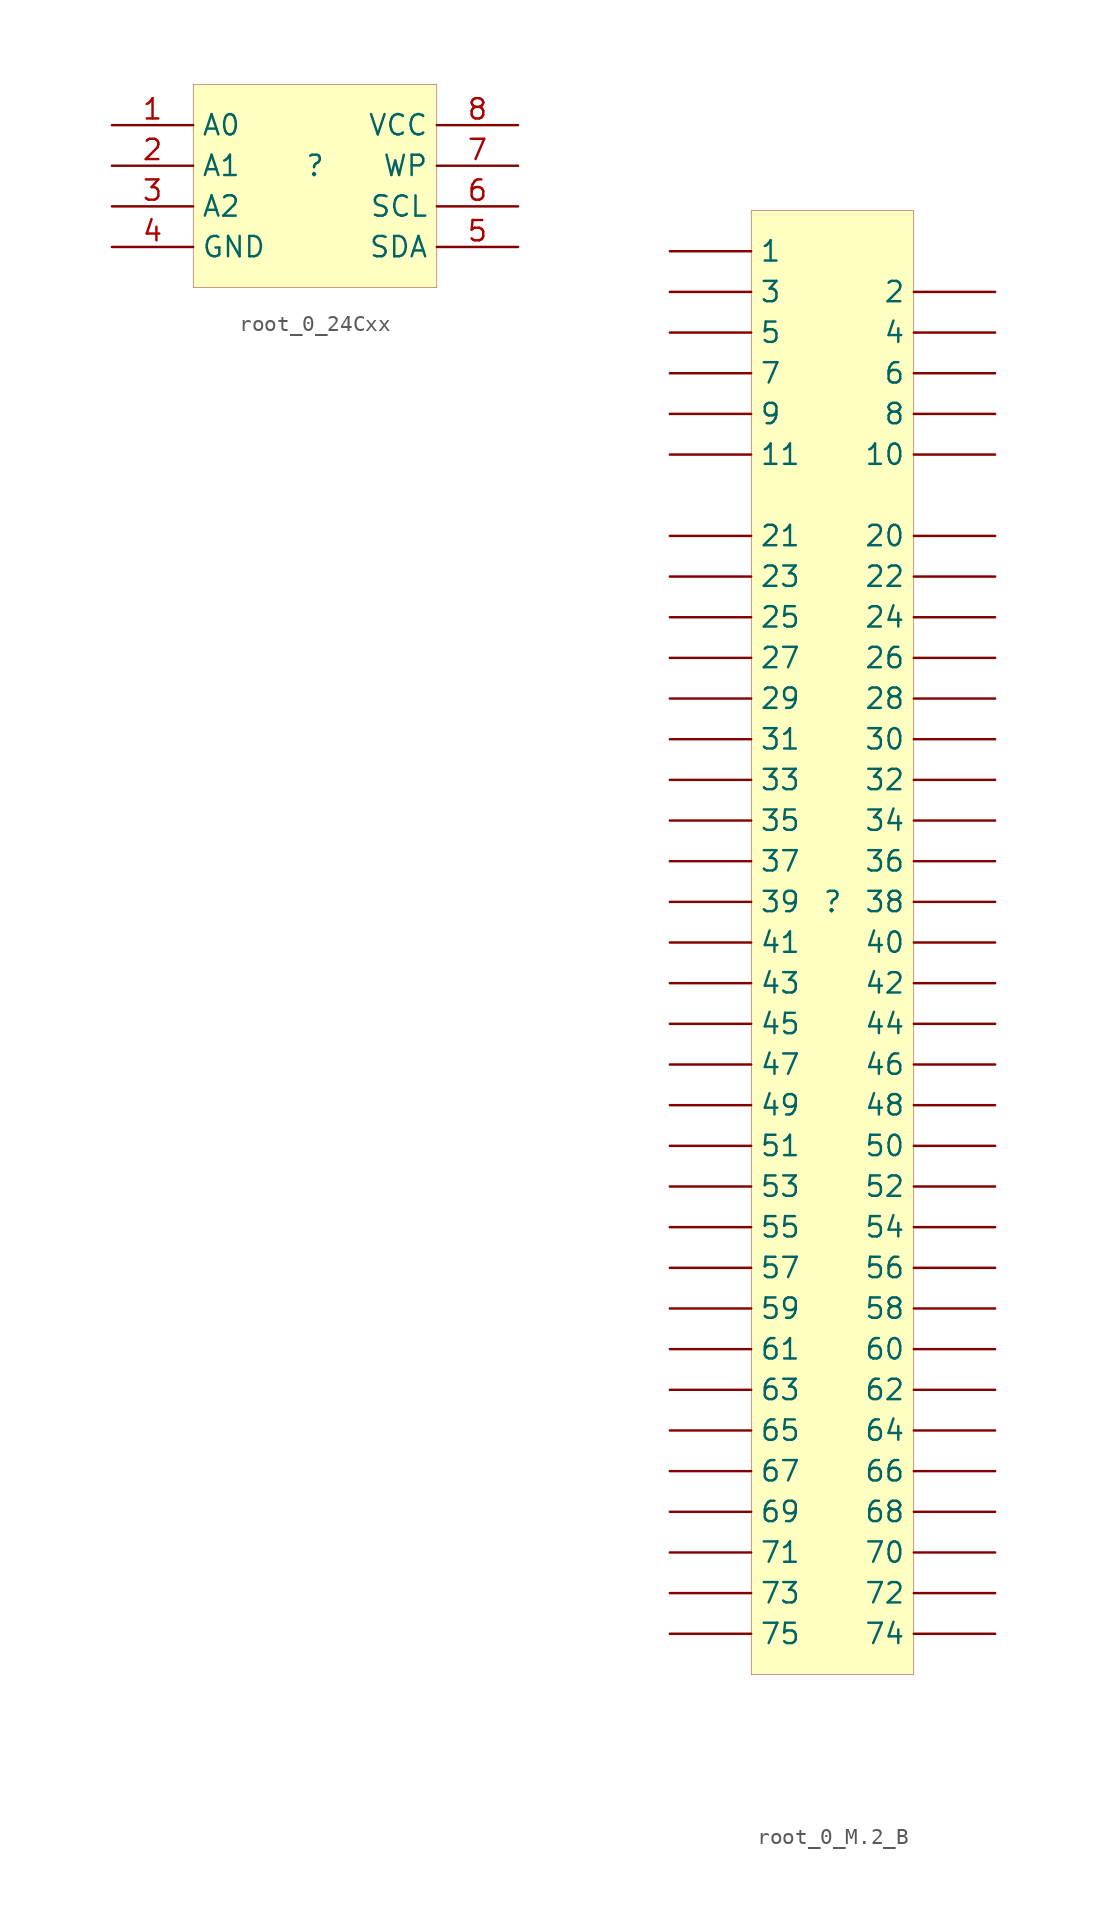
<source format=kicad_sym>
(kicad_symbol_lib
  (version 20231120)
  (generator "kicad_symbol_editor")
  (generator_version "8.0")
  (symbol "root_0_24Cxx"
    (property "Reference" ""
      (at 0 0 0)
      (effects (font (size 1.27 1.27))))
    (property "Value" ""
      (at 0 0 0)
      (effects (font (size 1.27 1.27))))
    (symbol "root_0_24Cxx_1_0"
      (rectangle (start 7.62 5.08) (end -7.62 -7.62) (stroke (width 0.025) (type solid) (color 128 0 0 1)) (fill (type background)))
      (pin passive line (at -12.7 2.54 0) (length 5.08) (name "A0" (effects (font (size 1.27 1.27)))) (number "1" (effects (font (size 1.27 1.27)))))
      (pin passive line (at -12.7 0 0) (length 5.08) (name "A1" (effects (font (size 1.27 1.27)))) (number "2" (effects (font (size 1.27 1.27)))))
      (pin passive line (at -12.7 -2.54 0) (length 5.08) (name "A2" (effects (font (size 1.27 1.27)))) (number "3" (effects (font (size 1.27 1.27)))))
      (pin passive line (at -12.7 -5.08 0) (length 5.08) (name "GND" (effects (font (size 1.27 1.27)))) (number "4" (effects (font (size 1.27 1.27)))))
      (pin passive line (at 12.7 -5.08 180) (length 5.08) (name "SDA" (effects (font (size 1.27 1.27)))) (number "5" (effects (font (size 1.27 1.27)))))
      (pin passive line (at 12.7 -2.54 180) (length 5.08) (name "SCL" (effects (font (size 1.27 1.27)))) (number "6" (effects (font (size 1.27 1.27)))))
      (pin passive line (at 12.7 0 180) (length 5.08) (name "WP" (effects (font (size 1.27 1.27)))) (number "7" (effects (font (size 1.27 1.27)))))
      (pin passive line (at 12.7 2.54 180) (length 5.08) (name "VCC" (effects (font (size 1.27 1.27)))) (number "8" (effects (font (size 1.27 1.27)))))))
  (symbol "root_0_M.2_B"
    (property "Reference" ""
      (at 0 0 0)
      (effects (font (size 1.27 1.27))))
    (property "Value" ""
      (at 0 0 0)
      (effects (font (size 1.27 1.27))))
    (symbol "root_0_M.2_B_1_0"
      (rectangle (start 5.08 43.18) (end -5.08 -48.26) (stroke (width 0.025) (type solid) (color 128 0 0 1)) (fill (type background)))
      (pin passive line (at -10.16 40.64 0) (length 5.08) (name "1" (effects (font (size 1.27 1.27)))) (number "1" (effects (font (size 0 0)))))
      (pin passive line (at 10.16 27.94 180) (length 5.08) (name "10" (effects (font (size 1.27 1.27)))) (number "10" (effects (font (size 0 0)))))
      (pin passive line (at -10.16 27.94 0) (length 5.08) (name "11" (effects (font (size 1.27 1.27)))) (number "11" (effects (font (size 0 0)))))
      (pin passive line (at 10.16 38.1 180) (length 5.08) (name "2" (effects (font (size 1.27 1.27)))) (number "2" (effects (font (size 0 0)))))
      (pin passive line (at 10.16 22.86 180) (length 5.08) (name "20" (effects (font (size 1.27 1.27)))) (number "20" (effects (font (size 0 0)))))
      (pin passive line (at -10.16 22.86 0) (length 5.08) (name "21" (effects (font (size 1.27 1.27)))) (number "21" (effects (font (size 0 0)))))
      (pin passive line (at 10.16 20.32 180) (length 5.08) (name "22" (effects (font (size 1.27 1.27)))) (number "22" (effects (font (size 0 0)))))
      (pin passive line (at -10.16 20.32 0) (length 5.08) (name "23" (effects (font (size 1.27 1.27)))) (number "23" (effects (font (size 0 0)))))
      (pin passive line (at 10.16 17.78 180) (length 5.08) (name "24" (effects (font (size 1.27 1.27)))) (number "24" (effects (font (size 0 0)))))
      (pin passive line (at -10.16 17.78 0) (length 5.08) (name "25" (effects (font (size 1.27 1.27)))) (number "25" (effects (font (size 0 0)))))
      (pin passive line (at 10.16 15.24 180) (length 5.08) (name "26" (effects (font (size 1.27 1.27)))) (number "26" (effects (font (size 0 0)))))
      (pin passive line (at -10.16 15.24 0) (length 5.08) (name "27" (effects (font (size 1.27 1.27)))) (number "27" (effects (font (size 0 0)))))
      (pin passive line (at 10.16 12.7 180) (length 5.08) (name "28" (effects (font (size 1.27 1.27)))) (number "28" (effects (font (size 0 0)))))
      (pin passive line (at -10.16 12.7 0) (length 5.08) (name "29" (effects (font (size 1.27 1.27)))) (number "29" (effects (font (size 0 0)))))
      (pin passive line (at -10.16 38.1 0) (length 5.08) (name "3" (effects (font (size 1.27 1.27)))) (number "3" (effects (font (size 0 0)))))
      (pin passive line (at 10.16 10.16 180) (length 5.08) (name "30" (effects (font (size 1.27 1.27)))) (number "30" (effects (font (size 0 0)))))
      (pin passive line (at -10.16 10.16 0) (length 5.08) (name "31" (effects (font (size 1.27 1.27)))) (number "31" (effects (font (size 0 0)))))
      (pin passive line (at 10.16 7.62 180) (length 5.08) (name "32" (effects (font (size 1.27 1.27)))) (number "32" (effects (font (size 0 0)))))
      (pin passive line (at -10.16 7.62 0) (length 5.08) (name "33" (effects (font (size 1.27 1.27)))) (number "33" (effects (font (size 0 0)))))
      (pin passive line (at 10.16 5.08 180) (length 5.08) (name "34" (effects (font (size 1.27 1.27)))) (number "34" (effects (font (size 0 0)))))
      (pin passive line (at -10.16 5.08 0) (length 5.08) (name "35" (effects (font (size 1.27 1.27)))) (number "35" (effects (font (size 0 0)))))
      (pin passive line (at 10.16 2.54 180) (length 5.08) (name "36" (effects (font (size 1.27 1.27)))) (number "36" (effects (font (size 0 0)))))
      (pin passive line (at -10.16 2.54 0) (length 5.08) (name "37" (effects (font (size 1.27 1.27)))) (number "37" (effects (font (size 0 0)))))
      (pin passive line (at 10.16 0 180) (length 5.08) (name "38" (effects (font (size 1.27 1.27)))) (number "38" (effects (font (size 0 0)))))
      (pin passive line (at -10.16 0 0) (length 5.08) (name "39" (effects (font (size 1.27 1.27)))) (number "39" (effects (font (size 0 0)))))
      (pin passive line (at 10.16 35.56 180) (length 5.08) (name "4" (effects (font (size 1.27 1.27)))) (number "4" (effects (font (size 0 0)))))
      (pin passive line (at 10.16 -2.54 180) (length 5.08) (name "40" (effects (font (size 1.27 1.27)))) (number "40" (effects (font (size 0 0)))))
      (pin passive line (at -10.16 -2.54 0) (length 5.08) (name "41" (effects (font (size 1.27 1.27)))) (number "41" (effects (font (size 0 0)))))
      (pin passive line (at 10.16 -5.08 180) (length 5.08) (name "42" (effects (font (size 1.27 1.27)))) (number "42" (effects (font (size 0 0)))))
      (pin passive line (at -10.16 -5.08 0) (length 5.08) (name "43" (effects (font (size 1.27 1.27)))) (number "43" (effects (font (size 0 0)))))
      (pin passive line (at 10.16 -7.62 180) (length 5.08) (name "44" (effects (font (size 1.27 1.27)))) (number "44" (effects (font (size 0 0)))))
      (pin passive line (at -10.16 -7.62 0) (length 5.08) (name "45" (effects (font (size 1.27 1.27)))) (number "45" (effects (font (size 0 0)))))
      (pin passive line (at 10.16 -10.16 180) (length 5.08) (name "46" (effects (font (size 1.27 1.27)))) (number "46" (effects (font (size 0 0)))))
      (pin passive line (at -10.16 -10.16 0) (length 5.08) (name "47" (effects (font (size 1.27 1.27)))) (number "47" (effects (font (size 0 0)))))
      (pin passive line (at 10.16 -12.7 180) (length 5.08) (name "48" (effects (font (size 1.27 1.27)))) (number "48" (effects (font (size 0 0)))))
      (pin passive line (at -10.16 -12.7 0) (length 5.08) (name "49" (effects (font (size 1.27 1.27)))) (number "49" (effects (font (size 0 0)))))
      (pin passive line (at -10.16 35.56 0) (length 5.08) (name "5" (effects (font (size 1.27 1.27)))) (number "5" (effects (font (size 0 0)))))
      (pin passive line (at 10.16 -15.24 180) (length 5.08) (name "50" (effects (font (size 1.27 1.27)))) (number "50" (effects (font (size 0 0)))))
      (pin passive line (at -10.16 -15.24 0) (length 5.08) (name "51" (effects (font (size 1.27 1.27)))) (number "51" (effects (font (size 0 0)))))
      (pin passive line (at 10.16 -17.78 180) (length 5.08) (name "52" (effects (font (size 1.27 1.27)))) (number "52" (effects (font (size 0 0)))))
      (pin passive line (at -10.16 -17.78 0) (length 5.08) (name "53" (effects (font (size 1.27 1.27)))) (number "53" (effects (font (size 0 0)))))
      (pin passive line (at 10.16 -20.32 180) (length 5.08) (name "54" (effects (font (size 1.27 1.27)))) (number "54" (effects (font (size 0 0)))))
      (pin passive line (at -10.16 -20.32 0) (length 5.08) (name "55" (effects (font (size 1.27 1.27)))) (number "55" (effects (font (size 0 0)))))
      (pin passive line (at 10.16 -22.86 180) (length 5.08) (name "56" (effects (font (size 1.27 1.27)))) (number "56" (effects (font (size 0 0)))))
      (pin passive line (at -10.16 -22.86 0) (length 5.08) (name "57" (effects (font (size 1.27 1.27)))) (number "57" (effects (font (size 0 0)))))
      (pin passive line (at 10.16 -25.4 180) (length 5.08) (name "58" (effects (font (size 1.27 1.27)))) (number "58" (effects (font (size 0 0)))))
      (pin passive line (at -10.16 -25.4 0) (length 5.08) (name "59" (effects (font (size 1.27 1.27)))) (number "59" (effects (font (size 0 0)))))
      (pin passive line (at 10.16 33.02 180) (length 5.08) (name "6" (effects (font (size 1.27 1.27)))) (number "6" (effects (font (size 0 0)))))
      (pin passive line (at 10.16 -27.94 180) (length 5.08) (name "60" (effects (font (size 1.27 1.27)))) (number "60" (effects (font (size 0 0)))))
      (pin passive line (at -10.16 -27.94 0) (length 5.08) (name "61" (effects (font (size 1.27 1.27)))) (number "61" (effects (font (size 0 0)))))
      (pin passive line (at 10.16 -30.48 180) (length 5.08) (name "62" (effects (font (size 1.27 1.27)))) (number "62" (effects (font (size 0 0)))))
      (pin passive line (at -10.16 -30.48 0) (length 5.08) (name "63" (effects (font (size 1.27 1.27)))) (number "63" (effects (font (size 0 0)))))
      (pin passive line (at 10.16 -33.02 180) (length 5.08) (name "64" (effects (font (size 1.27 1.27)))) (number "64" (effects (font (size 0 0)))))
      (pin passive line (at -10.16 -33.02 0) (length 5.08) (name "65" (effects (font (size 1.27 1.27)))) (number "65" (effects (font (size 0 0)))))
      (pin passive line (at 10.16 -35.56 180) (length 5.08) (name "66" (effects (font (size 1.27 1.27)))) (number "66" (effects (font (size 0 0)))))
      (pin passive line (at -10.16 -35.56 0) (length 5.08) (name "67" (effects (font (size 1.27 1.27)))) (number "67" (effects (font (size 0 0)))))
      (pin passive line (at 10.16 -38.1 180) (length 5.08) (name "68" (effects (font (size 1.27 1.27)))) (number "68" (effects (font (size 0 0)))))
      (pin passive line (at -10.16 -38.1 0) (length 5.08) (name "69" (effects (font (size 1.27 1.27)))) (number "69" (effects (font (size 0 0)))))
      (pin passive line (at -10.16 33.02 0) (length 5.08) (name "7" (effects (font (size 1.27 1.27)))) (number "7" (effects (font (size 0 0)))))
      (pin passive line (at 10.16 -40.64 180) (length 5.08) (name "70" (effects (font (size 1.27 1.27)))) (number "70" (effects (font (size 0 0)))))
      (pin passive line (at -10.16 -40.64 0) (length 5.08) (name "71" (effects (font (size 1.27 1.27)))) (number "71" (effects (font (size 0 0)))))
      (pin passive line (at 10.16 -43.18 180) (length 5.08) (name "72" (effects (font (size 1.27 1.27)))) (number "72" (effects (font (size 0 0)))))
      (pin passive line (at -10.16 -43.18 0) (length 5.08) (name "73" (effects (font (size 1.27 1.27)))) (number "73" (effects (font (size 0 0)))))
      (pin passive line (at 10.16 -45.72 180) (length 5.08) (name "74" (effects (font (size 1.27 1.27)))) (number "74" (effects (font (size 0 0)))))
      (pin passive line (at -10.16 -45.72 0) (length 5.08) (name "75" (effects (font (size 1.27 1.27)))) (number "75" (effects (font (size 0 0)))))
      (pin passive line (at 10.16 30.48 180) (length 5.08) (name "8" (effects (font (size 1.27 1.27)))) (number "8" (effects (font (size 0 0)))))
      (pin passive line (at -10.16 30.48 0) (length 5.08) (name "9" (effects (font (size 1.27 1.27)))) (number "9" (effects (font (size 0 0))))))))
</source>
